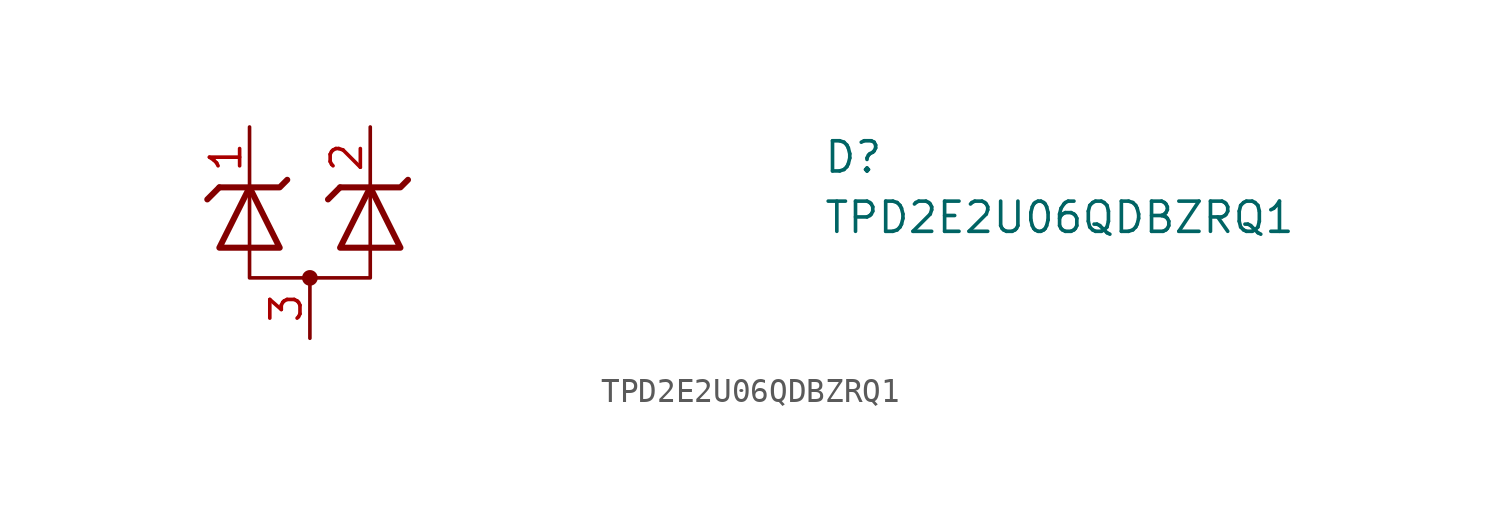
<source format=kicad_sym>
(kicad_symbol_lib
  (version 20220914)
  (generator kicad_symbol_editor)
  (symbol "TPD2E2U06QDBZRQ1"
    (pin_names
      (offset 0.762))
    (property "Reference" "D"
      (at 21.59 7.62 0)
      (effects (font (size 1.27 1.27)) (justify left)))
    (property "Value" "TPD2E2U06QDBZRQ1"
      (at 21.59 5.08 0)
      (effects (font (size 1.27 1.27)) (justify left)))
    (symbol "TPD2E2U06QDBZRQ1_0_0"
      (polyline (pts (xy -0.953 6.668) (xy -1.27 6.35) (xy -3.81 6.35)) (stroke (width 0.254) (type default)) (fill (type none)))
      (polyline (pts (xy 1.27 6.35) (xy 3.81 6.35) (xy 4.128 6.668)) (stroke (width 0.254) (type default)) (fill (type none))))
    (symbol "TPD2E2U06QDBZRQ1_0_1"
      (polyline (pts (xy -2.54 6.35) (xy -2.54 2.54) (xy 2.54 2.54) (xy 2.54 6.35)) (stroke (width 0) (type default)) (fill (type none)))
      (polyline (pts (xy -3.81 3.81) (xy -2.54 6.35) (xy -1.27 3.81) (xy -3.81 3.81) (xy -3.81 3.81) (xy -3.81 3.81)) (stroke (width 0.254) (type default)) (fill (type none)))
      (polyline (pts (xy 1.27 3.81) (xy 2.54 6.35) (xy 3.81 3.81) (xy 1.27 3.81) (xy 1.27 3.81) (xy 1.27 3.81)) (stroke (width 0.254) (type default)) (fill (type none)))
      (circle (center 0 2.54) (radius 0.254) (stroke (width 0) (type default)) (fill (type outline))))
    (symbol "TPD2E2U06QDBZRQ1_1_1"
      (polyline (pts (xy -3.81 6.35) (xy -4.318 5.842)) (stroke (width 0.254) (type default)) (fill (type none)))
      (polyline (pts (xy 1.27 6.35) (xy 0.762 5.842)) (stroke (width 0.254) (type default)) (fill (type none)))
      (pin passive line (at -2.54 8.89 270) (length 2.54) (name "" (effects (font (size 1.27 1.27)))) (number "1" (effects (font (size 1.27 1.27)))))
      (pin passive line (at 2.54 8.89 270) (length 2.54) (name "" (effects (font (size 1.27 1.27)))) (number "2" (effects (font (size 1.27 1.27)))))
      (pin passive line (at 0 0 90) (length 2.54) (name "" (effects (font (size 1.27 1.27)))) (number "3" (effects (font (size 1.27 1.27))))))))
</source>
